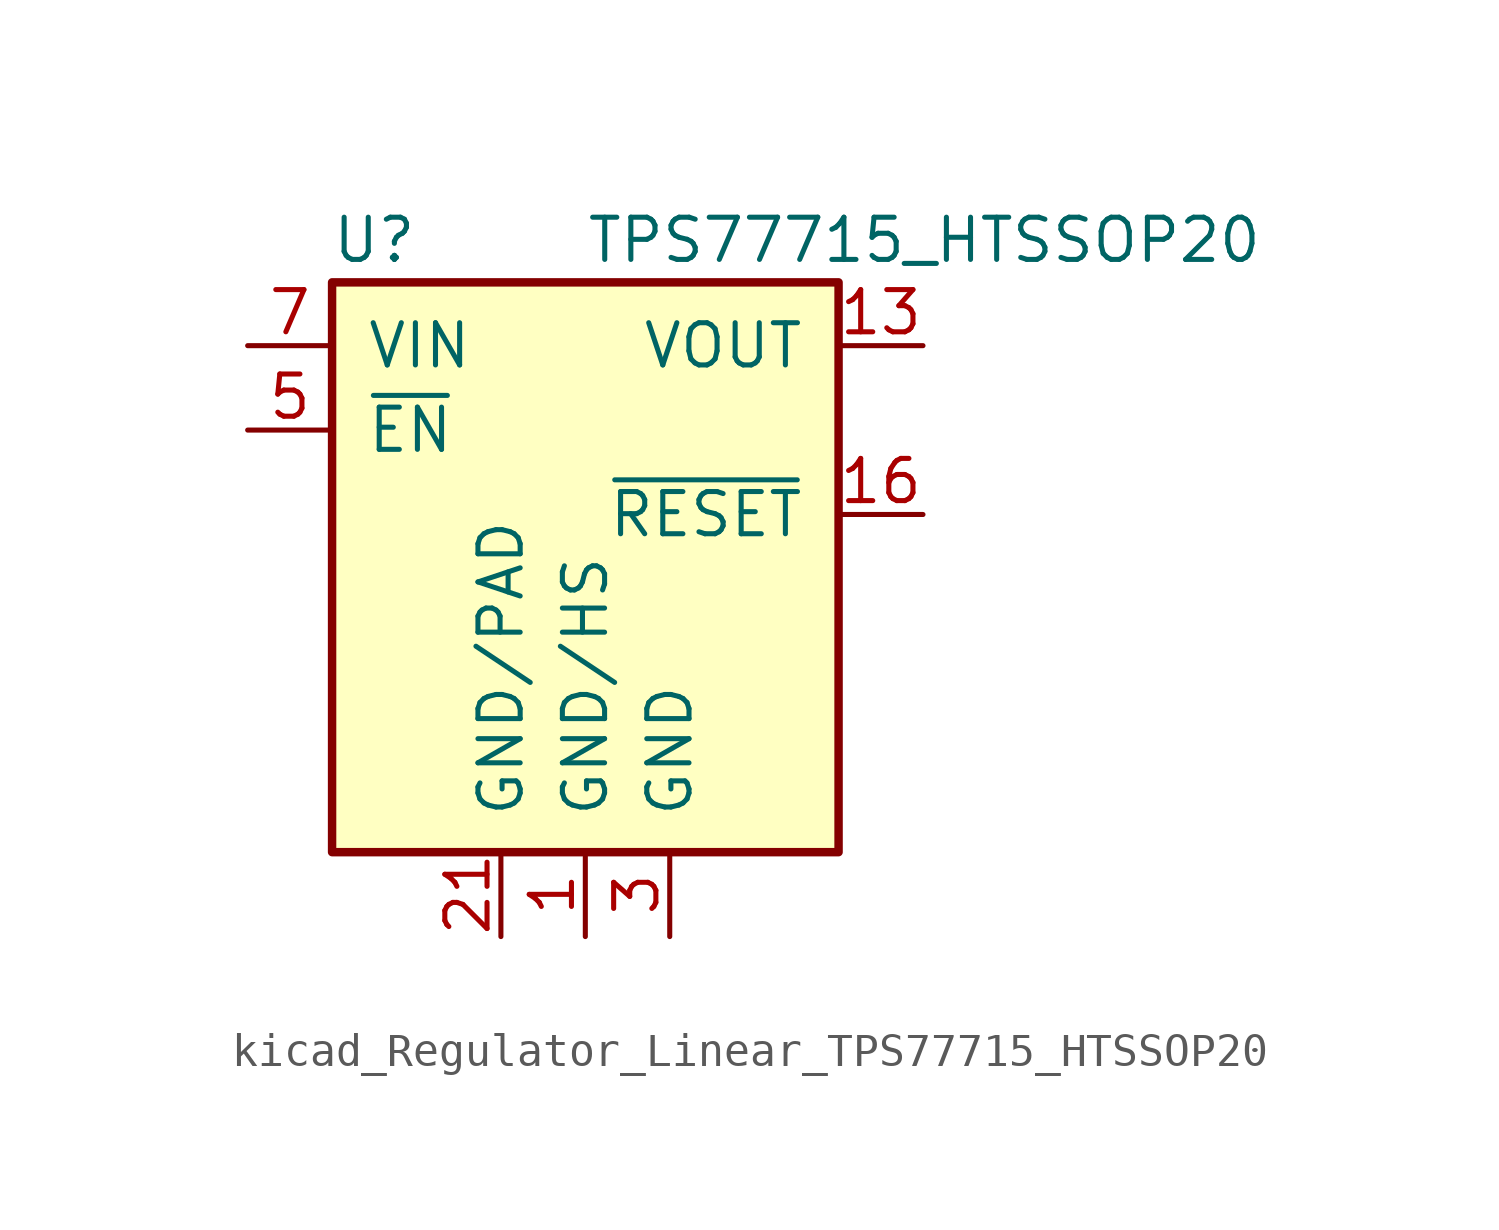
<source format=kicad_sym>
(kicad_symbol_lib
  (version 20220914)
  (generator kicad_symbol_editor)
  (symbol "kicad_Regulator_Linear_TPS77715_HTSSOP20"
    (pin_names
      (offset 1.016))
    (property "Reference" "U"
      (at -6.35 5.715 0)
      (effects (font (size 1.27 1.27))))
    (property "Value" "TPS77715_HTSSOP20"
      (at 0 5.715 0)
      (effects (font (size 1.27 1.27)) (justify left)))
    (symbol "kicad_Regulator_Linear_TPS77715_HTSSOP20_0_1"
      (rectangle (start -7.62 4.445) (end 7.62 -12.7) (stroke (width 0.254) (type default)) (fill (type background))))
    (symbol "kicad_Regulator_Linear_TPS77715_HTSSOP20_1_1"
      (pin power_in line (at 0 -15.24 90) (length 2.54) (name "GND/HS" (effects (font (size 1.27 1.27)))) (number "1" (effects (font (size 1.27 1.27)))))
      (pin passive line (at 0 -15.24 90) (length 2.54) hide (name "GND/HS" (effects (font (size 1.27 1.27)))) (number "10" (effects (font (size 1.27 1.27)))))
      (pin passive line (at 0 -15.24 90) (length 2.54) hide (name "GND/HS" (effects (font (size 1.27 1.27)))) (number "11" (effects (font (size 1.27 1.27)))))
      (pin passive line (at 0 -15.24 90) (length 2.54) hide (name "GND/HS" (effects (font (size 1.27 1.27)))) (number "12" (effects (font (size 1.27 1.27)))))
      (pin power_out line (at 10.16 2.54 180) (length 2.54) (name "VOUT" (effects (font (size 1.27 1.27)))) (number "13" (effects (font (size 1.27 1.27)))))
      (pin passive line (at 10.16 2.54 180) (length 2.54) hide (name "VOUT" (effects (font (size 1.27 1.27)))) (number "14" (effects (font (size 1.27 1.27)))))
      (pin no_connect line (at 7.62 0 180) (length 2.54) hide (name "NC" (effects (font (size 1.27 1.27)))) (number "15" (effects (font (size 1.27 1.27)))))
      (pin open_collector line (at 10.16 -2.54 180) (length 2.54) (name "~{RESET}" (effects (font (size 1.27 1.27)))) (number "16" (effects (font (size 1.27 1.27)))))
      (pin no_connect line (at 7.62 -5.08 180) (length 2.54) hide (name "NC" (effects (font (size 1.27 1.27)))) (number "17" (effects (font (size 1.27 1.27)))))
      (pin no_connect line (at 7.62 -7.62 180) (length 2.54) hide (name "NC" (effects (font (size 1.27 1.27)))) (number "18" (effects (font (size 1.27 1.27)))))
      (pin passive line (at 0 -15.24 90) (length 2.54) hide (name "GND/HS" (effects (font (size 1.27 1.27)))) (number "19" (effects (font (size 1.27 1.27)))))
      (pin passive line (at 0 -15.24 90) (length 2.54) hide (name "GND/HS" (effects (font (size 1.27 1.27)))) (number "2" (effects (font (size 1.27 1.27)))))
      (pin passive line (at 0 -15.24 90) (length 2.54) hide (name "GND/HS" (effects (font (size 1.27 1.27)))) (number "20" (effects (font (size 1.27 1.27)))))
      (pin power_in line (at -2.54 -15.24 90) (length 2.54) (name "GND/PAD" (effects (font (size 1.27 1.27)))) (number "21" (effects (font (size 1.27 1.27)))))
      (pin power_in line (at 2.54 -15.24 90) (length 2.54) (name "GND" (effects (font (size 1.27 1.27)))) (number "3" (effects (font (size 1.27 1.27)))))
      (pin no_connect line (at -7.62 -2.54 0) (length 2.54) hide (name "NC" (effects (font (size 1.27 1.27)))) (number "4" (effects (font (size 1.27 1.27)))))
      (pin input line (at -10.16 0 0) (length 2.54) (name "~{EN}" (effects (font (size 1.27 1.27)))) (number "5" (effects (font (size 1.27 1.27)))))
      (pin passive line (at -10.16 2.54 0) (length 2.54) hide (name "VIN" (effects (font (size 1.27 1.27)))) (number "6" (effects (font (size 1.27 1.27)))))
      (pin power_in line (at -10.16 2.54 0) (length 2.54) (name "VIN" (effects (font (size 1.27 1.27)))) (number "7" (effects (font (size 1.27 1.27)))))
      (pin no_connect line (at -7.62 -5.08 0) (length 2.54) hide (name "NC" (effects (font (size 1.27 1.27)))) (number "8" (effects (font (size 1.27 1.27)))))
      (pin passive line (at 0 -15.24 90) (length 2.54) hide (name "GND/HS" (effects (font (size 1.27 1.27)))) (number "9" (effects (font (size 1.27 1.27))))))))
</source>
